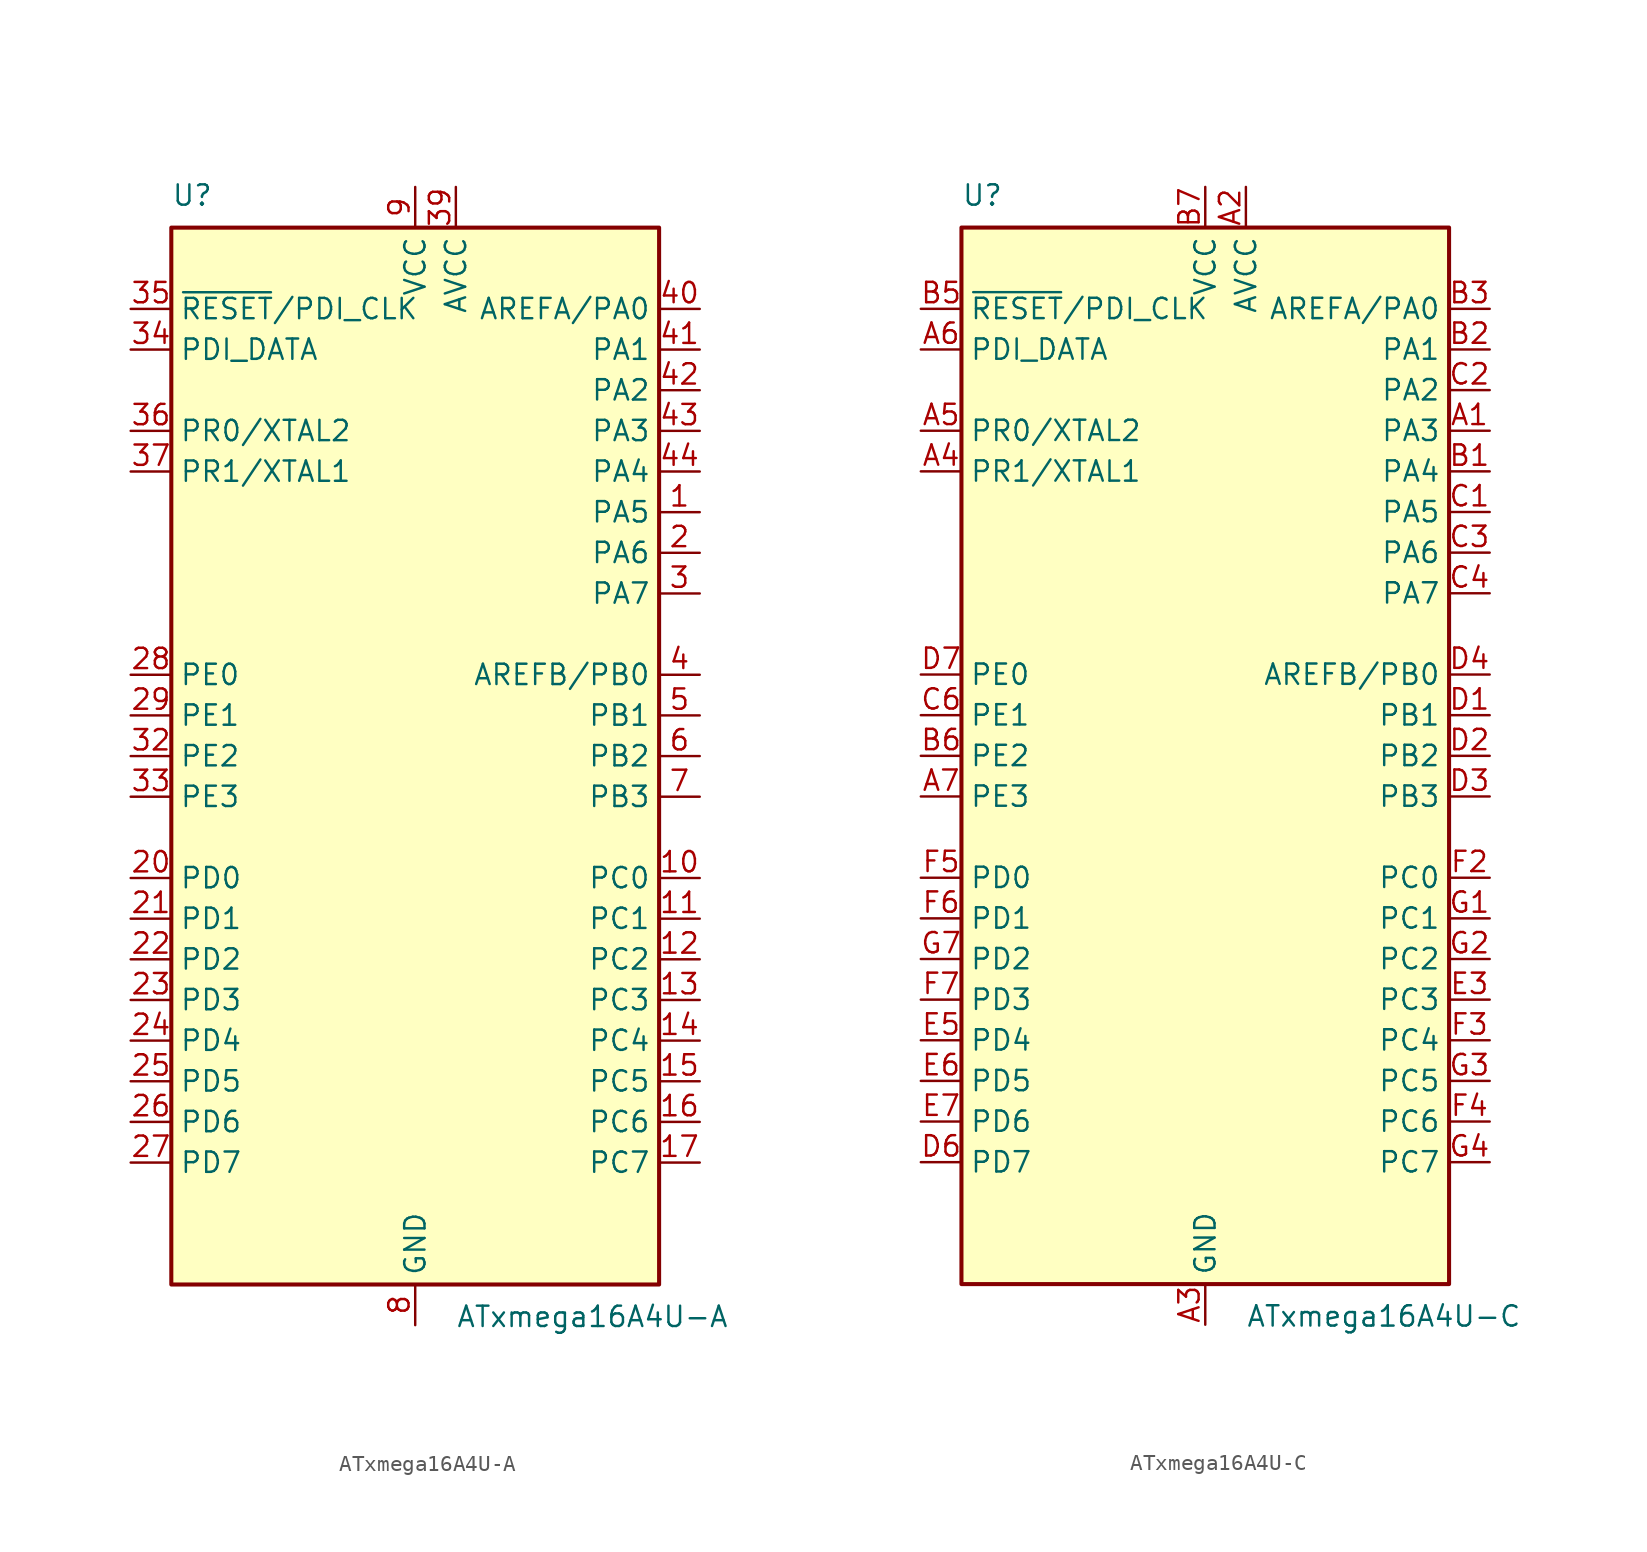
<source format=kicad_sym>
(kicad_symbol_lib
  (version 20201005)
  (generator kicad_symbol_editor)
  (symbol "MCU_Microchip_ATmega:ATxmega16A4U-A"
    (property "Reference" "U"
      (at -15.24 34.29 0)
      (effects (font (size 1.27 1.27)) (justify left bottom)))
    (property "Value" "ATxmega16A4U-A"
      (at 2.54 -34.29 0)
      (effects (font (size 1.27 1.27)) (justify left top)))
    (symbol "ATxmega16A4U-A_0_1"
      (rectangle (start -15.24 -33.02) (end 15.24 33.02) (stroke (width 0.254)) (fill (type background))))
    (symbol "ATxmega16A4U-A_1_1"
      (pin bidirectional line (at 17.78 15.24 180) (length 2.54) (name "PA5" (effects (font (size 1.27 1.27)))) (number "1" (effects (font (size 1.27 1.27)))))
      (pin bidirectional line (at 17.78 -7.62 180) (length 2.54) (name "PC0" (effects (font (size 1.27 1.27)))) (number "10" (effects (font (size 1.27 1.27)))))
      (pin bidirectional line (at 17.78 -10.16 180) (length 2.54) (name "PC1" (effects (font (size 1.27 1.27)))) (number "11" (effects (font (size 1.27 1.27)))))
      (pin bidirectional line (at 17.78 -12.7 180) (length 2.54) (name "PC2" (effects (font (size 1.27 1.27)))) (number "12" (effects (font (size 1.27 1.27)))))
      (pin bidirectional line (at 17.78 -15.24 180) (length 2.54) (name "PC3" (effects (font (size 1.27 1.27)))) (number "13" (effects (font (size 1.27 1.27)))))
      (pin bidirectional line (at 17.78 -17.78 180) (length 2.54) (name "PC4" (effects (font (size 1.27 1.27)))) (number "14" (effects (font (size 1.27 1.27)))))
      (pin bidirectional line (at 17.78 -20.32 180) (length 2.54) (name "PC5" (effects (font (size 1.27 1.27)))) (number "15" (effects (font (size 1.27 1.27)))))
      (pin bidirectional line (at 17.78 -22.86 180) (length 2.54) (name "PC6" (effects (font (size 1.27 1.27)))) (number "16" (effects (font (size 1.27 1.27)))))
      (pin bidirectional line (at 17.78 -25.4 180) (length 2.54) (name "PC7" (effects (font (size 1.27 1.27)))) (number "17" (effects (font (size 1.27 1.27)))))
      (pin passive line (at 0 -35.56 90) (length 2.54) hide (name "GND" (effects (font (size 1.27 1.27)))) (number "18" (effects (font (size 1.27 1.27)))))
      (pin passive line (at 0 35.56 270) (length 2.54) hide (name "VCC" (effects (font (size 1.27 1.27)))) (number "19" (effects (font (size 1.27 1.27)))))
      (pin bidirectional line (at 17.78 12.7 180) (length 2.54) (name "PA6" (effects (font (size 1.27 1.27)))) (number "2" (effects (font (size 1.27 1.27)))))
      (pin bidirectional line (at -17.78 -7.62 0) (length 2.54) (name "PD0" (effects (font (size 1.27 1.27)))) (number "20" (effects (font (size 1.27 1.27)))))
      (pin bidirectional line (at -17.78 -10.16 0) (length 2.54) (name "PD1" (effects (font (size 1.27 1.27)))) (number "21" (effects (font (size 1.27 1.27)))))
      (pin bidirectional line (at -17.78 -12.7 0) (length 2.54) (name "PD2" (effects (font (size 1.27 1.27)))) (number "22" (effects (font (size 1.27 1.27)))))
      (pin bidirectional line (at -17.78 -15.24 0) (length 2.54) (name "PD3" (effects (font (size 1.27 1.27)))) (number "23" (effects (font (size 1.27 1.27)))))
      (pin bidirectional line (at -17.78 -17.78 0) (length 2.54) (name "PD4" (effects (font (size 1.27 1.27)))) (number "24" (effects (font (size 1.27 1.27)))))
      (pin bidirectional line (at -17.78 -20.32 0) (length 2.54) (name "PD5" (effects (font (size 1.27 1.27)))) (number "25" (effects (font (size 1.27 1.27)))))
      (pin bidirectional line (at -17.78 -22.86 0) (length 2.54) (name "PD6" (effects (font (size 1.27 1.27)))) (number "26" (effects (font (size 1.27 1.27)))))
      (pin bidirectional line (at -17.78 -25.4 0) (length 2.54) (name "PD7" (effects (font (size 1.27 1.27)))) (number "27" (effects (font (size 1.27 1.27)))))
      (pin bidirectional line (at -17.78 5.08 0) (length 2.54) (name "PE0" (effects (font (size 1.27 1.27)))) (number "28" (effects (font (size 1.27 1.27)))))
      (pin bidirectional line (at -17.78 2.54 0) (length 2.54) (name "PE1" (effects (font (size 1.27 1.27)))) (number "29" (effects (font (size 1.27 1.27)))))
      (pin bidirectional line (at 17.78 10.16 180) (length 2.54) (name "PA7" (effects (font (size 1.27 1.27)))) (number "3" (effects (font (size 1.27 1.27)))))
      (pin passive line (at 0 -35.56 90) (length 2.54) hide (name "GND" (effects (font (size 1.27 1.27)))) (number "30" (effects (font (size 1.27 1.27)))))
      (pin passive line (at 0 35.56 270) (length 2.54) hide (name "VCC" (effects (font (size 1.27 1.27)))) (number "31" (effects (font (size 1.27 1.27)))))
      (pin bidirectional line (at -17.78 0 0) (length 2.54) (name "PE2" (effects (font (size 1.27 1.27)))) (number "32" (effects (font (size 1.27 1.27)))))
      (pin bidirectional line (at -17.78 -2.54 0) (length 2.54) (name "PE3" (effects (font (size 1.27 1.27)))) (number "33" (effects (font (size 1.27 1.27)))))
      (pin bidirectional line (at -17.78 25.4 0) (length 2.54) (name "PDI_DATA" (effects (font (size 1.27 1.27)))) (number "34" (effects (font (size 1.27 1.27)))))
      (pin input line (at -17.78 27.94 0) (length 2.54) (name "~RESET~/PDI_CLK" (effects (font (size 1.27 1.27)))) (number "35" (effects (font (size 1.27 1.27)))))
      (pin bidirectional line (at -17.78 20.32 0) (length 2.54) (name "PR0/XTAL2" (effects (font (size 1.27 1.27)))) (number "36" (effects (font (size 1.27 1.27)))))
      (pin bidirectional line (at -17.78 17.78 0) (length 2.54) (name "PR1/XTAL1" (effects (font (size 1.27 1.27)))) (number "37" (effects (font (size 1.27 1.27)))))
      (pin passive line (at 0 -35.56 90) (length 2.54) hide (name "GND" (effects (font (size 1.27 1.27)))) (number "38" (effects (font (size 1.27 1.27)))))
      (pin power_in line (at 2.54 35.56 270) (length 2.54) (name "AVCC" (effects (font (size 1.27 1.27)))) (number "39" (effects (font (size 1.27 1.27)))))
      (pin bidirectional line (at 17.78 5.08 180) (length 2.54) (name "AREFB/PB0" (effects (font (size 1.27 1.27)))) (number "4" (effects (font (size 1.27 1.27)))))
      (pin bidirectional line (at 17.78 27.94 180) (length 2.54) (name "AREFA/PA0" (effects (font (size 1.27 1.27)))) (number "40" (effects (font (size 1.27 1.27)))))
      (pin bidirectional line (at 17.78 25.4 180) (length 2.54) (name "PA1" (effects (font (size 1.27 1.27)))) (number "41" (effects (font (size 1.27 1.27)))))
      (pin bidirectional line (at 17.78 22.86 180) (length 2.54) (name "PA2" (effects (font (size 1.27 1.27)))) (number "42" (effects (font (size 1.27 1.27)))))
      (pin bidirectional line (at 17.78 20.32 180) (length 2.54) (name "PA3" (effects (font (size 1.27 1.27)))) (number "43" (effects (font (size 1.27 1.27)))))
      (pin bidirectional line (at 17.78 17.78 180) (length 2.54) (name "PA4" (effects (font (size 1.27 1.27)))) (number "44" (effects (font (size 1.27 1.27)))))
      (pin bidirectional line (at 17.78 2.54 180) (length 2.54) (name "PB1" (effects (font (size 1.27 1.27)))) (number "5" (effects (font (size 1.27 1.27)))))
      (pin bidirectional line (at 17.78 0 180) (length 2.54) (name "PB2" (effects (font (size 1.27 1.27)))) (number "6" (effects (font (size 1.27 1.27)))))
      (pin bidirectional line (at 17.78 -2.54 180) (length 2.54) (name "PB3" (effects (font (size 1.27 1.27)))) (number "7" (effects (font (size 1.27 1.27)))))
      (pin power_in line (at 0 -35.56 90) (length 2.54) (name "GND" (effects (font (size 1.27 1.27)))) (number "8" (effects (font (size 1.27 1.27)))))
      (pin power_in line (at 0 35.56 270) (length 2.54) (name "VCC" (effects (font (size 1.27 1.27)))) (number "9" (effects (font (size 1.27 1.27)))))))
  (symbol "MCU_Microchip_ATmega:ATxmega16A4U-C"
    (property "Reference" "U"
      (at -15.24 34.29 0)
      (effects (font (size 1.27 1.27)) (justify left bottom)))
    (property "Value" "ATxmega16A4U-C"
      (at 2.54 -34.29 0)
      (effects (font (size 1.27 1.27)) (justify left top)))
    (symbol "ATxmega16A4U-C_0_1"
      (rectangle (start -15.24 -33.02) (end 15.24 33.02) (stroke (width 0.254)) (fill (type background))))
    (symbol "ATxmega16A4U-C_1_1"
      (pin bidirectional line (at 17.78 20.32 180) (length 2.54) (name "PA3" (effects (font (size 1.27 1.27)))) (number "A1" (effects (font (size 1.27 1.27)))))
      (pin power_in line (at 2.54 35.56 270) (length 2.54) (name "AVCC" (effects (font (size 1.27 1.27)))) (number "A2" (effects (font (size 1.27 1.27)))))
      (pin power_in line (at 0 -35.56 90) (length 2.54) (name "GND" (effects (font (size 1.27 1.27)))) (number "A3" (effects (font (size 1.27 1.27)))))
      (pin bidirectional line (at -17.78 17.78 0) (length 2.54) (name "PR1/XTAL1" (effects (font (size 1.27 1.27)))) (number "A4" (effects (font (size 1.27 1.27)))))
      (pin bidirectional line (at -17.78 20.32 0) (length 2.54) (name "PR0/XTAL2" (effects (font (size 1.27 1.27)))) (number "A5" (effects (font (size 1.27 1.27)))))
      (pin bidirectional line (at -17.78 25.4 0) (length 2.54) (name "PDI_DATA" (effects (font (size 1.27 1.27)))) (number "A6" (effects (font (size 1.27 1.27)))))
      (pin bidirectional line (at -17.78 -2.54 0) (length 2.54) (name "PE3" (effects (font (size 1.27 1.27)))) (number "A7" (effects (font (size 1.27 1.27)))))
      (pin bidirectional line (at 17.78 17.78 180) (length 2.54) (name "PA4" (effects (font (size 1.27 1.27)))) (number "B1" (effects (font (size 1.27 1.27)))))
      (pin bidirectional line (at 17.78 25.4 180) (length 2.54) (name "PA1" (effects (font (size 1.27 1.27)))) (number "B2" (effects (font (size 1.27 1.27)))))
      (pin bidirectional line (at 17.78 27.94 180) (length 2.54) (name "AREFA/PA0" (effects (font (size 1.27 1.27)))) (number "B3" (effects (font (size 1.27 1.27)))))
      (pin passive line (at 0 -35.56 90) (length 2.54) hide (name "GND" (effects (font (size 1.27 1.27)))) (number "B4" (effects (font (size 1.27 1.27)))))
      (pin input line (at -17.78 27.94 0) (length 2.54) (name "~RESET~/PDI_CLK" (effects (font (size 1.27 1.27)))) (number "B5" (effects (font (size 1.27 1.27)))))
      (pin bidirectional line (at -17.78 0 0) (length 2.54) (name "PE2" (effects (font (size 1.27 1.27)))) (number "B6" (effects (font (size 1.27 1.27)))))
      (pin power_in line (at 0 35.56 270) (length 2.54) (name "VCC" (effects (font (size 1.27 1.27)))) (number "B7" (effects (font (size 1.27 1.27)))))
      (pin bidirectional line (at 17.78 15.24 180) (length 2.54) (name "PA5" (effects (font (size 1.27 1.27)))) (number "C1" (effects (font (size 1.27 1.27)))))
      (pin bidirectional line (at 17.78 22.86 180) (length 2.54) (name "PA2" (effects (font (size 1.27 1.27)))) (number "C2" (effects (font (size 1.27 1.27)))))
      (pin bidirectional line (at 17.78 12.7 180) (length 2.54) (name "PA6" (effects (font (size 1.27 1.27)))) (number "C3" (effects (font (size 1.27 1.27)))))
      (pin bidirectional line (at 17.78 10.16 180) (length 2.54) (name "PA7" (effects (font (size 1.27 1.27)))) (number "C4" (effects (font (size 1.27 1.27)))))
      (pin passive line (at 0 -35.56 90) (length 2.54) hide (name "GND" (effects (font (size 1.27 1.27)))) (number "C5" (effects (font (size 1.27 1.27)))))
      (pin bidirectional line (at -17.78 2.54 0) (length 2.54) (name "PE1" (effects (font (size 1.27 1.27)))) (number "C6" (effects (font (size 1.27 1.27)))))
      (pin passive line (at 0 -35.56 90) (length 2.54) hide (name "GND" (effects (font (size 1.27 1.27)))) (number "C7" (effects (font (size 1.27 1.27)))))
      (pin bidirectional line (at 17.78 2.54 180) (length 2.54) (name "PB1" (effects (font (size 1.27 1.27)))) (number "D1" (effects (font (size 1.27 1.27)))))
      (pin bidirectional line (at 17.78 0 180) (length 2.54) (name "PB2" (effects (font (size 1.27 1.27)))) (number "D2" (effects (font (size 1.27 1.27)))))
      (pin bidirectional line (at 17.78 -2.54 180) (length 2.54) (name "PB3" (effects (font (size 1.27 1.27)))) (number "D3" (effects (font (size 1.27 1.27)))))
      (pin bidirectional line (at 17.78 5.08 180) (length 2.54) (name "AREFB/PB0" (effects (font (size 1.27 1.27)))) (number "D4" (effects (font (size 1.27 1.27)))))
      (pin passive line (at 0 -35.56 90) (length 2.54) hide (name "GND" (effects (font (size 1.27 1.27)))) (number "D5" (effects (font (size 1.27 1.27)))))
      (pin bidirectional line (at -17.78 -25.4 0) (length 2.54) (name "PD7" (effects (font (size 1.27 1.27)))) (number "D6" (effects (font (size 1.27 1.27)))))
      (pin bidirectional line (at -17.78 5.08 0) (length 2.54) (name "PE0" (effects (font (size 1.27 1.27)))) (number "D7" (effects (font (size 1.27 1.27)))))
      (pin passive line (at 0 -35.56 90) (length 2.54) hide (name "GND" (effects (font (size 1.27 1.27)))) (number "E1" (effects (font (size 1.27 1.27)))))
      (pin passive line (at 0 -35.56 90) (length 2.54) hide (name "GND" (effects (font (size 1.27 1.27)))) (number "E2" (effects (font (size 1.27 1.27)))))
      (pin bidirectional line (at 17.78 -15.24 180) (length 2.54) (name "PC3" (effects (font (size 1.27 1.27)))) (number "E3" (effects (font (size 1.27 1.27)))))
      (pin passive line (at 0 -35.56 90) (length 2.54) hide (name "GND" (effects (font (size 1.27 1.27)))) (number "E4" (effects (font (size 1.27 1.27)))))
      (pin bidirectional line (at -17.78 -17.78 0) (length 2.54) (name "PD4" (effects (font (size 1.27 1.27)))) (number "E5" (effects (font (size 1.27 1.27)))))
      (pin bidirectional line (at -17.78 -20.32 0) (length 2.54) (name "PD5" (effects (font (size 1.27 1.27)))) (number "E6" (effects (font (size 1.27 1.27)))))
      (pin bidirectional line (at -17.78 -22.86 0) (length 2.54) (name "PD6" (effects (font (size 1.27 1.27)))) (number "E7" (effects (font (size 1.27 1.27)))))
      (pin passive line (at 0 35.56 270) (length 2.54) hide (name "VCC" (effects (font (size 1.27 1.27)))) (number "F1" (effects (font (size 1.27 1.27)))))
      (pin bidirectional line (at 17.78 -7.62 180) (length 2.54) (name "PC0" (effects (font (size 1.27 1.27)))) (number "F2" (effects (font (size 1.27 1.27)))))
      (pin bidirectional line (at 17.78 -17.78 180) (length 2.54) (name "PC4" (effects (font (size 1.27 1.27)))) (number "F3" (effects (font (size 1.27 1.27)))))
      (pin bidirectional line (at 17.78 -22.86 180) (length 2.54) (name "PC6" (effects (font (size 1.27 1.27)))) (number "F4" (effects (font (size 1.27 1.27)))))
      (pin bidirectional line (at -17.78 -7.62 0) (length 2.54) (name "PD0" (effects (font (size 1.27 1.27)))) (number "F5" (effects (font (size 1.27 1.27)))))
      (pin bidirectional line (at -17.78 -10.16 0) (length 2.54) (name "PD1" (effects (font (size 1.27 1.27)))) (number "F6" (effects (font (size 1.27 1.27)))))
      (pin bidirectional line (at -17.78 -15.24 0) (length 2.54) (name "PD3" (effects (font (size 1.27 1.27)))) (number "F7" (effects (font (size 1.27 1.27)))))
      (pin bidirectional line (at 17.78 -10.16 180) (length 2.54) (name "PC1" (effects (font (size 1.27 1.27)))) (number "G1" (effects (font (size 1.27 1.27)))))
      (pin bidirectional line (at 17.78 -12.7 180) (length 2.54) (name "PC2" (effects (font (size 1.27 1.27)))) (number "G2" (effects (font (size 1.27 1.27)))))
      (pin bidirectional line (at 17.78 -20.32 180) (length 2.54) (name "PC5" (effects (font (size 1.27 1.27)))) (number "G3" (effects (font (size 1.27 1.27)))))
      (pin bidirectional line (at 17.78 -25.4 180) (length 2.54) (name "PC7" (effects (font (size 1.27 1.27)))) (number "G4" (effects (font (size 1.27 1.27)))))
      (pin passive line (at 0 -35.56 90) (length 2.54) hide (name "GND" (effects (font (size 1.27 1.27)))) (number "G5" (effects (font (size 1.27 1.27)))))
      (pin passive line (at 0 35.56 270) (length 2.54) hide (name "VCC" (effects (font (size 1.27 1.27)))) (number "G6" (effects (font (size 1.27 1.27)))))
      (pin bidirectional line (at -17.78 -12.7 0) (length 2.54) (name "PD2" (effects (font (size 1.27 1.27)))) (number "G7" (effects (font (size 1.27 1.27))))))))
</source>
